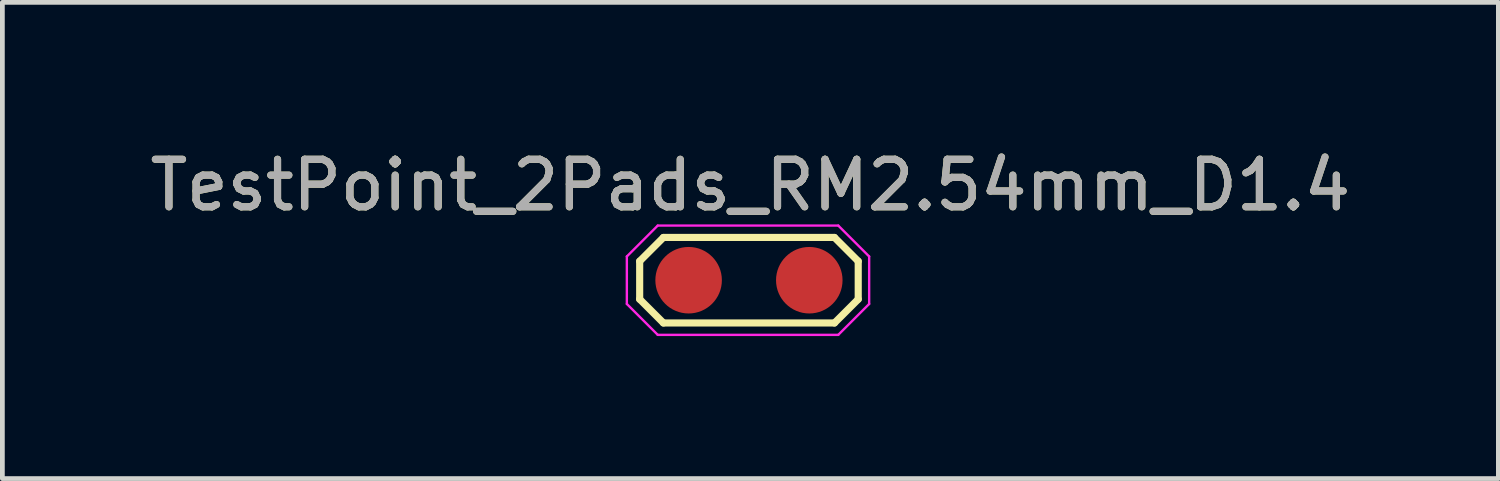
<source format=kicad_pcb>
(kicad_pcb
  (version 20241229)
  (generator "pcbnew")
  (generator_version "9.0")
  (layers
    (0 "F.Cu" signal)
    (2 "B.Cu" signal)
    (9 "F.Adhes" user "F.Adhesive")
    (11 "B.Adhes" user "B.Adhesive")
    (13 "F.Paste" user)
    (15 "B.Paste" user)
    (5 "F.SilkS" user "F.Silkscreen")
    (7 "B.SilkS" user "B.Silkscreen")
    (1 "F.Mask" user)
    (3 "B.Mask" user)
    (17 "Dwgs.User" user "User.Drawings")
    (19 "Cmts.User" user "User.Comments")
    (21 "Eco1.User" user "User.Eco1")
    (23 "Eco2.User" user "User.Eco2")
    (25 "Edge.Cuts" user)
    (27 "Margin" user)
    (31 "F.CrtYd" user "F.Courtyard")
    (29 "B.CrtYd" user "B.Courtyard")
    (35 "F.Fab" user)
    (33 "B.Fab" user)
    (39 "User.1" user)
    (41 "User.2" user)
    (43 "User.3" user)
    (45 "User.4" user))
  (footprint "TestPoint_2Pads_RM2.54mm_D1.4"
    (layer "F.Cu")
    (at 11.444 2.848)
    (property "Reference" "TestPoint_2Pads_RM2.54mm_D1.4" (at 1.3 -2 0) (layer "F.SilkS") (effects (font (size 1 1) (thickness 0.15))))
    (attr smd exclude_from_pos_files exclude_from_bom)
    (fp_line (start -1.03 -0.4) (end -0.53 -0.9) (stroke (width 0.15) (type solid)) (layer "F.SilkS"))
    (fp_line (start -1.03 0.4) (end -1.03 -0.4) (stroke (width 0.15) (type solid)) (layer "F.SilkS"))
    (fp_line (start -0.53 -0.9) (end 3.07 -0.9) (stroke (width 0.15) (type solid)) (layer "F.SilkS"))
    (fp_line (start -0.53 0.9) (end -1.03 0.4) (stroke (width 0.15) (type solid)) (layer "F.SilkS"))
    (fp_line (start 3.07 -0.9) (end 3.57 -0.4) (stroke (width 0.15) (type solid)) (layer "F.SilkS"))
    (fp_line (start 3.07 0.9) (end -0.53 0.9) (stroke (width 0.15) (type solid)) (layer "F.SilkS"))
    (fp_line (start 3.57 -0.4) (end 3.57 0.4) (stroke (width 0.15) (type solid)) (layer "F.SilkS"))
    (fp_line (start 3.57 0.4) (end 3.07 0.9) (stroke (width 0.15) (type solid)) (layer "F.SilkS"))
    (fp_line (start -1.3 -0.5) (end -1.3 0.5) (stroke (width 0.05) (type solid)) (layer "F.CrtYd"))
    (fp_line (start -1.3 0.5) (end -0.65 1.15) (stroke (width 0.05) (type solid)) (layer "F.CrtYd"))
    (fp_line (start -0.65 -1.15) (end -1.3 -0.5) (stroke (width 0.05) (type solid)) (layer "F.CrtYd"))
    (fp_line (start -0.65 1.15) (end 3.15 1.15) (stroke (width 0.05) (type solid)) (layer "F.CrtYd"))
    (fp_line (start 3.15 -1.15) (end -0.65 -1.15) (stroke (width 0.05) (type solid)) (layer "F.CrtYd"))
    (fp_line (start 3.15 1.15) (end 3.8 0.5) (stroke (width 0.05) (type solid)) (layer "F.CrtYd"))
    (fp_line (start 3.8 -0.5) (end 3.15 -1.15) (stroke (width 0.05) (type solid)) (layer "F.CrtYd"))
    (fp_line (start 3.8 0.5) (end 3.8 -0.5) (stroke (width 0.05) (type solid)) (layer "F.CrtYd"))
    (fp_text user "${REFERENCE}" (at 1.3 -2 0) (layer "F.Fab") (effects (font (size 1 1) (thickness 0.15))))
    (pad "1" smd circle (at 0 0) (size 1.4 1.4) (layers "F.Cu" "F.Mask" "F.Paste"))
    (pad "2" smd circle (at 2.54 0) (size 1.4 1.4) (layers "F.Cu" "F.Mask" "F.Paste")))
  (gr_rect
    (start -3 -3)
    (end 28.488 7.023)
    (stroke (width 0.1) (type default))
    (fill no)
    (layer "Edge.Cuts")))
</source>
